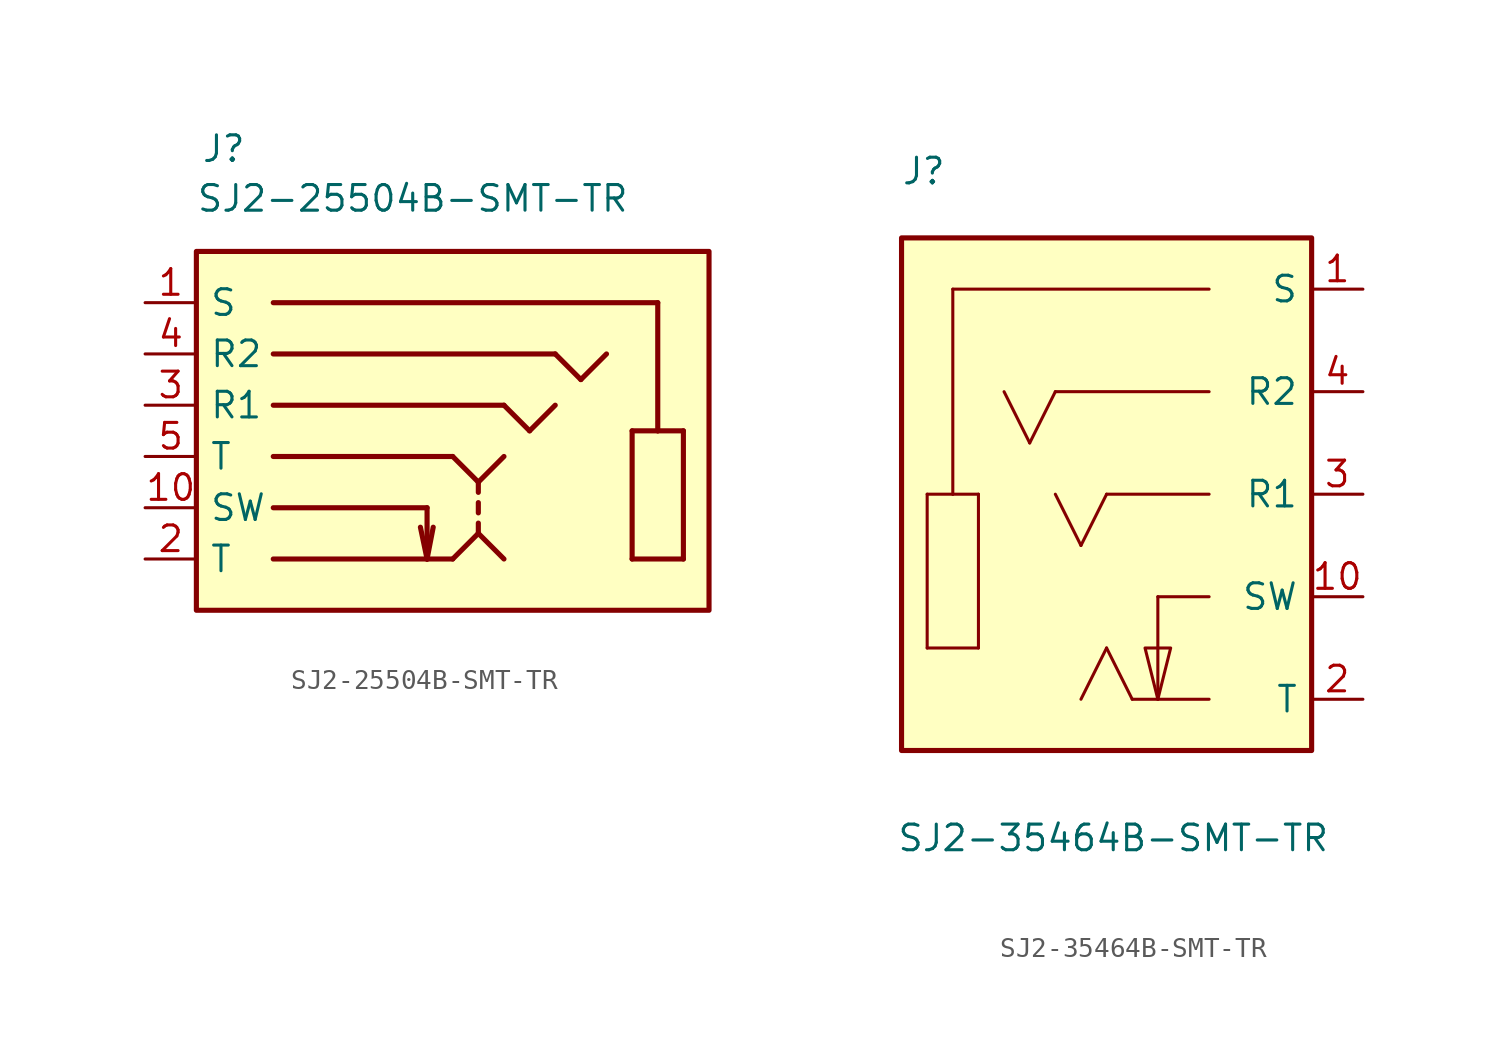
<source format=kicad_sym>
(kicad_symbol_lib
  (version 20231120)
  (generator "kicad_symbol_editor")
  (generator_version "8.0")
  (symbol "SJ2-25504B-SMT-TR"
    (pin_names
      (offset 0.635))
    (property "Reference" "J"
      (at -12.471 13.233 0)
      (effects (font (size 1.27 1.27)) (justify left bottom)))
    (property "Value" "SJ2-25504B-SMT-TR"
      (at -12.725 10.77 0)
      (effects (font (size 1.27 1.27)) (justify left bottom)))
    (symbol "SJ2-25504B-SMT-TR_0_0"
      (rectangle (start -12.7 8.89) (end 12.7 -8.89) (stroke (width 0.254) (type default)) (fill (type background)))
      (polyline (pts (xy -8.89 -6.35) (xy -1.27 -6.35)) (stroke (width 0.254) (type default)) (fill (type none)))
      (polyline (pts (xy -8.89 -1.27) (xy 0 -1.27)) (stroke (width 0.254) (type default)) (fill (type none)))
      (polyline (pts (xy -8.89 3.81) (xy 5.08 3.81)) (stroke (width 0.254) (type default)) (fill (type none)))
      (polyline (pts (xy -1.27 -6.35) (xy -1.6 -4.775)) (stroke (width 0.254) (type default)) (fill (type none)))
      (polyline (pts (xy -1.27 -6.35) (xy -1.27 -3.81)) (stroke (width 0.254) (type default)) (fill (type none)))
      (polyline (pts (xy -1.27 -6.35) (xy -0.965 -4.775)) (stroke (width 0.254) (type default)) (fill (type none)))
      (polyline (pts (xy -1.27 -3.81) (xy -8.89 -3.81)) (stroke (width 0.254) (type default)) (fill (type none)))
      (polyline (pts (xy 0 -6.35) (xy -1.27 -6.35)) (stroke (width 0.254) (type default)) (fill (type none)))
      (polyline (pts (xy 0 -1.27) (xy 1.27 -2.54)) (stroke (width 0.254) (type default)) (fill (type none)))
      (polyline (pts (xy 1.27 -5.08) (xy 0 -6.35)) (stroke (width 0.254) (type default)) (fill (type none)))
      (polyline (pts (xy 1.27 -4.572) (xy 1.27 -5.08)) (stroke (width 0.254) (type default)) (fill (type none)))
      (polyline (pts (xy 1.27 -4.064) (xy 1.27 -3.556)) (stroke (width 0.254) (type default)) (fill (type none)))
      (polyline (pts (xy 1.27 -2.54) (xy 1.27 -3.048)) (stroke (width 0.254) (type default)) (fill (type none)))
      (polyline (pts (xy 1.27 -2.54) (xy 2.54 -1.27)) (stroke (width 0.254) (type default)) (fill (type none)))
      (polyline (pts (xy 2.54 -6.35) (xy 1.27 -5.08)) (stroke (width 0.254) (type default)) (fill (type none)))
      (polyline (pts (xy 2.54 1.27) (xy -8.89 1.27)) (stroke (width 0.254) (type default)) (fill (type none)))
      (polyline (pts (xy 2.54 1.27) (xy 3.81 0)) (stroke (width 0.254) (type default)) (fill (type none)))
      (polyline (pts (xy 3.81 0) (xy 5.08 1.27)) (stroke (width 0.254) (type default)) (fill (type none)))
      (polyline (pts (xy 6.35 2.54) (xy 5.08 3.81)) (stroke (width 0.254) (type default)) (fill (type none)))
      (polyline (pts (xy 7.62 3.81) (xy 6.35 2.54)) (stroke (width 0.254) (type default)) (fill (type none)))
      (polyline (pts (xy 8.89 -6.35) (xy 11.43 -6.35)) (stroke (width 0.254) (type default)) (fill (type none)))
      (polyline (pts (xy 8.89 0) (xy 8.89 -6.35)) (stroke (width 0.254) (type default)) (fill (type none)))
      (polyline (pts (xy 10.16 0) (xy 8.89 0)) (stroke (width 0.254) (type default)) (fill (type none)))
      (polyline (pts (xy 10.16 0) (xy 10.16 6.35)) (stroke (width 0.254) (type default)) (fill (type none)))
      (polyline (pts (xy 10.16 6.35) (xy -8.89 6.35)) (stroke (width 0.254) (type default)) (fill (type none)))
      (polyline (pts (xy 11.43 -6.35) (xy 11.43 0)) (stroke (width 0.254) (type default)) (fill (type none)))
      (polyline (pts (xy 11.43 0) (xy 10.16 0)) (stroke (width 0.254) (type default)) (fill (type none)))
      (pin passive line (at -15.24 6.35 0) (length 2.54) (name "S" (effects (font (size 1.27 1.27)))) (number "1" (effects (font (size 1.27 1.27)))))
      (pin passive line (at -15.24 -3.81 0) (length 2.54) (name "SW" (effects (font (size 1.27 1.27)))) (number "10" (effects (font (size 1.27 1.27)))))
      (pin passive line (at -15.24 -6.35 0) (length 2.54) (name "T" (effects (font (size 1.27 1.27)))) (number "2" (effects (font (size 1.27 1.27)))))
      (pin passive line (at -15.24 1.27 0) (length 2.54) (name "R1" (effects (font (size 1.27 1.27)))) (number "3" (effects (font (size 1.27 1.27)))))
      (pin passive line (at -15.24 3.81 0) (length 2.54) (name "R2" (effects (font (size 1.27 1.27)))) (number "4" (effects (font (size 1.27 1.27)))))
      (pin passive line (at -15.24 -1.27 0) (length 2.54) (name "T" (effects (font (size 1.27 1.27)))) (number "5" (effects (font (size 1.27 1.27)))))))
  (symbol "SJ2-35464B-SMT-TR"
    (pin_names
      (offset 0.635))
    (property "Reference" "J"
      (at -10.185 15.265 0)
      (effects (font (size 1.27 1.27)) (justify left bottom)))
    (property "Value" "SJ2-35464B-SMT-TR"
      (at -10.414 -17.78 0)
      (effects (font (size 1.27 1.27)) (justify left bottom)))
    (symbol "SJ2-35464B-SMT-TR_0_0"
      (rectangle (start -10.16 12.7) (end 10.16 -12.7) (stroke (width 0.254) (type solid)) (fill (type background)))
      (polyline (pts (xy -8.89 -7.62) (xy -6.35 -7.62)) (stroke (width 0.152) (type solid)) (fill (type none)))
      (polyline (pts (xy -8.89 0) (xy -8.89 -7.62)) (stroke (width 0.152) (type solid)) (fill (type none)))
      (polyline (pts (xy -7.62 0) (xy -8.89 0)) (stroke (width 0.152) (type solid)) (fill (type none)))
      (polyline (pts (xy -7.62 10.16) (xy -7.62 0)) (stroke (width 0.152) (type solid)) (fill (type none)))
      (polyline (pts (xy -6.35 -7.62) (xy -6.35 0)) (stroke (width 0.152) (type solid)) (fill (type none)))
      (polyline (pts (xy -6.35 0) (xy -7.62 0)) (stroke (width 0.152) (type solid)) (fill (type none)))
      (polyline (pts (xy -3.81 2.54) (xy -5.08 5.08)) (stroke (width 0.152) (type solid)) (fill (type none)))
      (polyline (pts (xy -2.54 5.08) (xy -3.81 2.54)) (stroke (width 0.152) (type solid)) (fill (type none)))
      (polyline (pts (xy -1.27 -2.54) (xy -2.54 0)) (stroke (width 0.152) (type solid)) (fill (type none)))
      (polyline (pts (xy 0 -7.62) (xy -1.27 -10.16)) (stroke (width 0.152) (type solid)) (fill (type none)))
      (polyline (pts (xy 0 0) (xy -1.27 -2.54)) (stroke (width 0.152) (type solid)) (fill (type none)))
      (polyline (pts (xy 1.27 -10.16) (xy 0 -7.62)) (stroke (width 0.152) (type solid)) (fill (type none)))
      (polyline (pts (xy 2.54 -10.16) (xy 1.27 -10.16)) (stroke (width 0.152) (type solid)) (fill (type none)))
      (polyline (pts (xy 2.54 -5.08) (xy 2.54 -10.16)) (stroke (width 0.152) (type solid)) (fill (type none)))
      (polyline (pts (xy 5.08 -10.16) (xy 2.54 -10.16)) (stroke (width 0.152) (type solid)) (fill (type none)))
      (polyline (pts (xy 5.08 -5.08) (xy 2.54 -5.08)) (stroke (width 0.152) (type solid)) (fill (type none)))
      (polyline (pts (xy 5.08 0) (xy 0 0)) (stroke (width 0.152) (type solid)) (fill (type none)))
      (polyline (pts (xy 5.08 5.08) (xy -2.54 5.08)) (stroke (width 0.152) (type solid)) (fill (type none)))
      (polyline (pts (xy 5.08 10.16) (xy -7.62 10.16)) (stroke (width 0.152) (type solid)) (fill (type none)))
      (polyline (pts (xy 2.54 -10.16) (xy 1.905 -7.62) (xy 3.175 -7.62) (xy 2.54 -10.16)) (stroke (width 0.152) (type solid)) (fill (type background))))
    (symbol "SJ2-35464B-SMT-TR_1_0"
      (pin passive line (at 12.7 10.16 180) (length 2.54) (name "S" (effects (font (size 1.27 1.27)))) (number "1" (effects (font (size 1.27 1.27)))))
      (pin passive line (at 12.7 -5.08 180) (length 2.54) (name "SW" (effects (font (size 1.27 1.27)))) (number "10" (effects (font (size 1.27 1.27)))))
      (pin passive line (at 12.7 -10.16 180) (length 2.54) (name "T" (effects (font (size 1.27 1.27)))) (number "2" (effects (font (size 1.27 1.27)))))
      (pin passive line (at 12.7 0 180) (length 2.54) (name "R1" (effects (font (size 1.27 1.27)))) (number "3" (effects (font (size 1.27 1.27)))))
      (pin passive line (at 12.7 5.08 180) (length 2.54) (name "R2" (effects (font (size 1.27 1.27)))) (number "4" (effects (font (size 1.27 1.27))))))))
</source>
